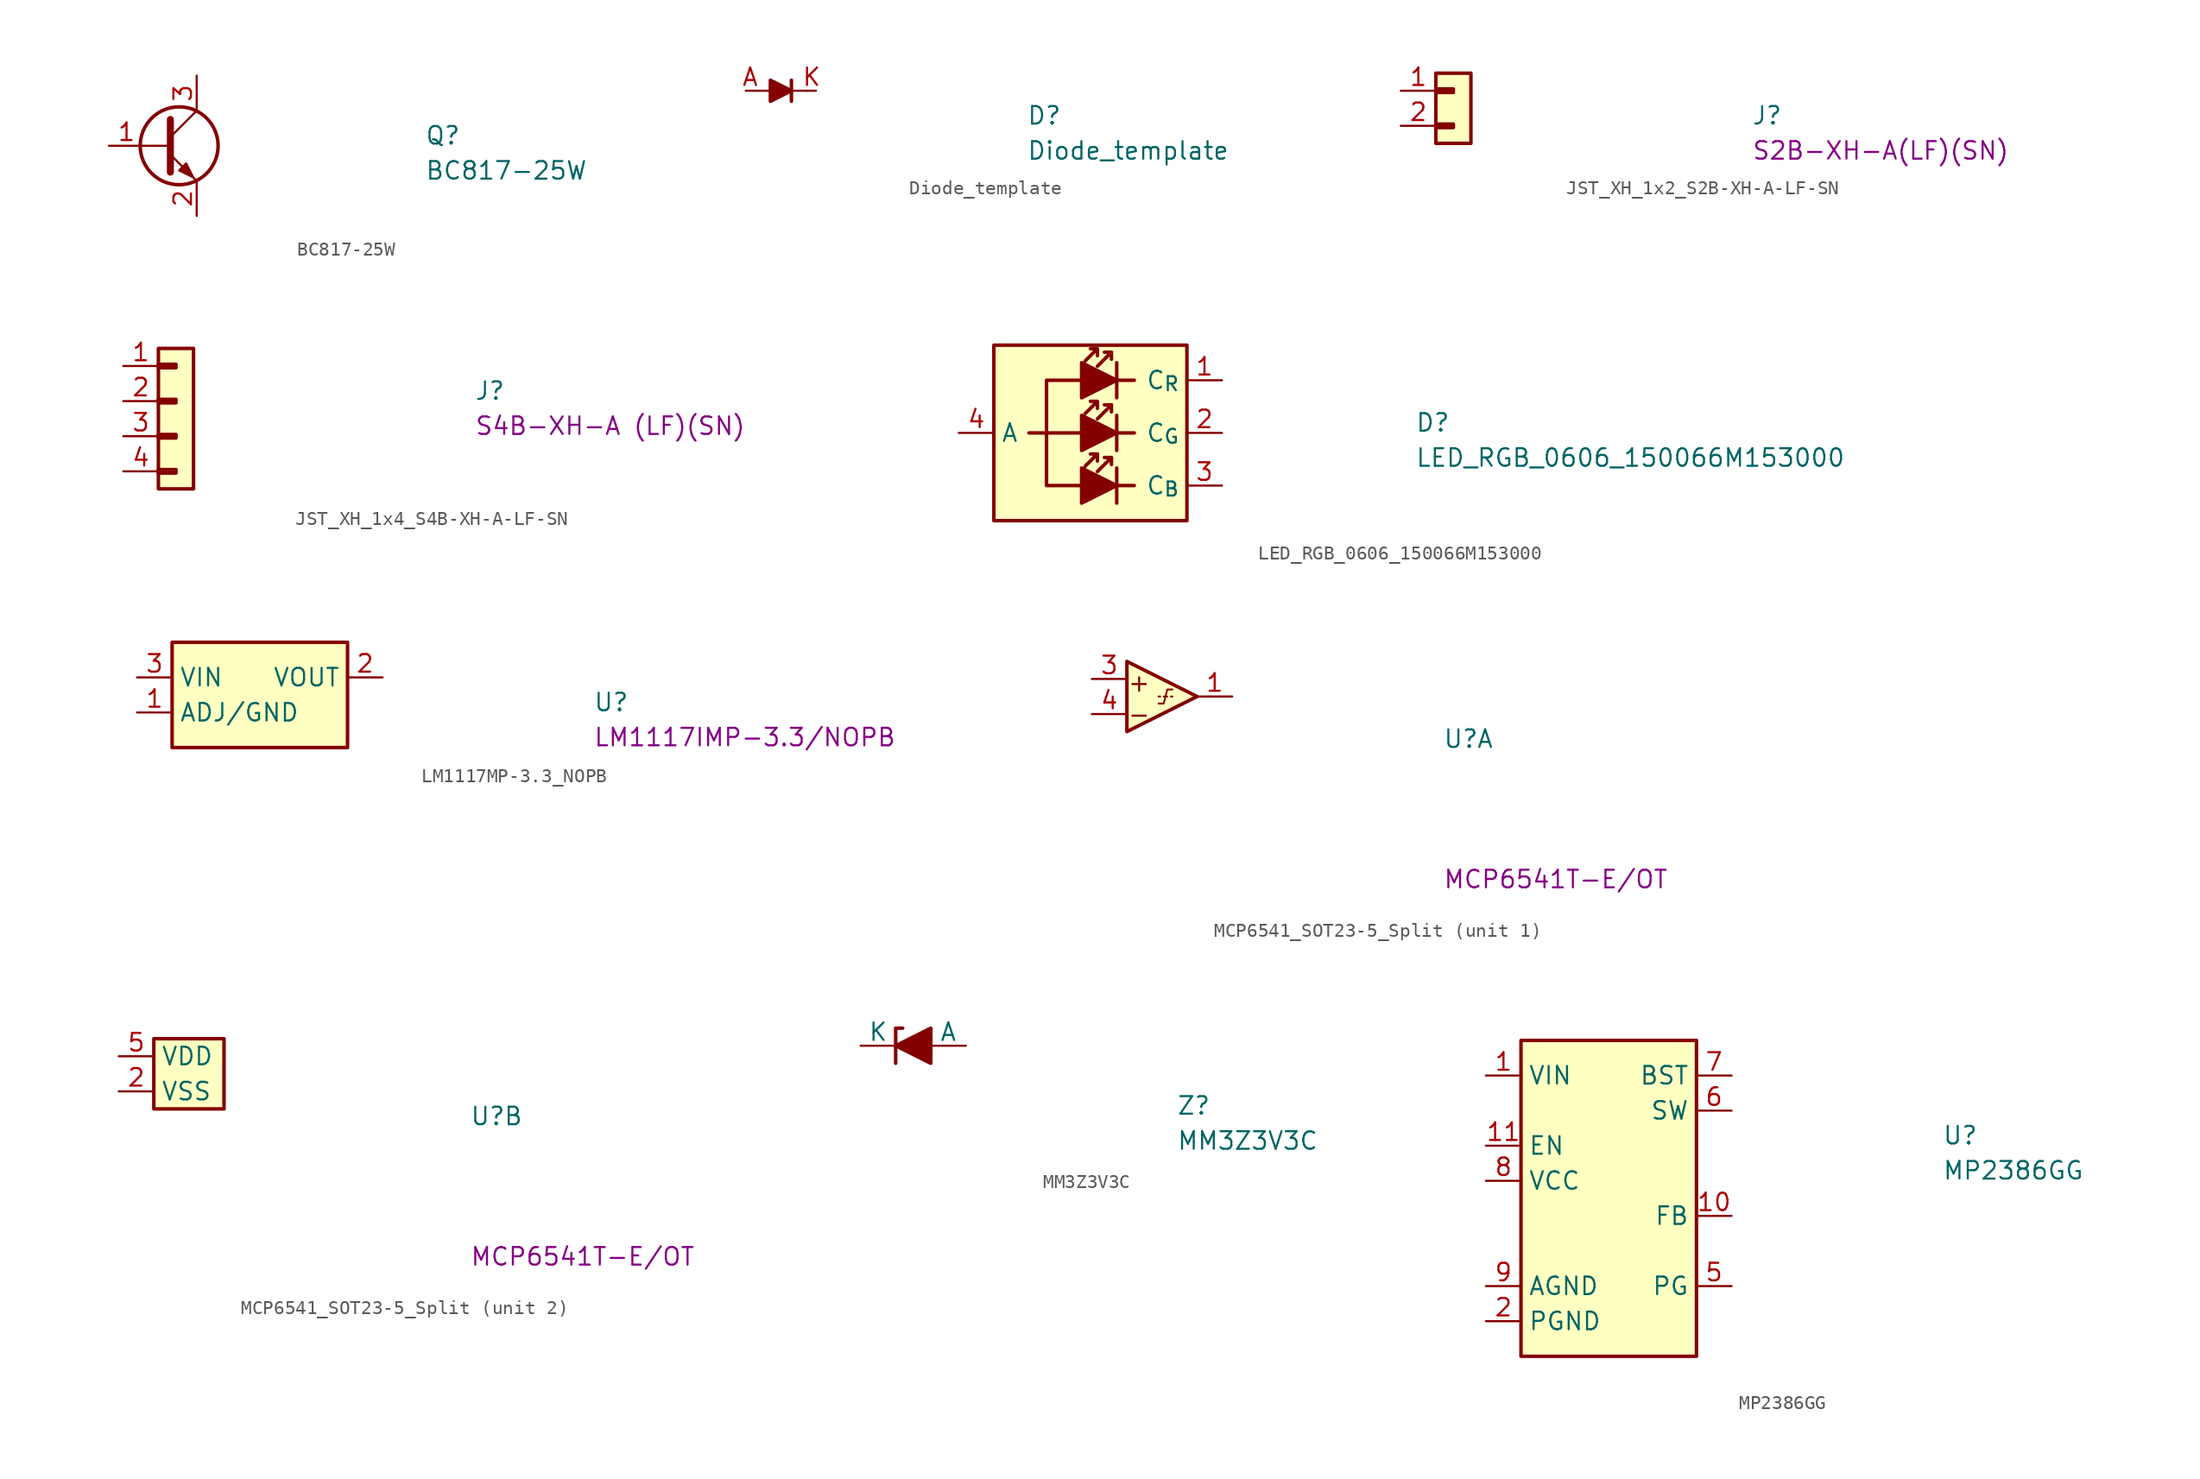
<source format=kicad_sym>
(kicad_symbol_lib
  (version 20211014)
  (generator kicad_symbol_editor)
  (symbol "BC817-25W"
    (pin_names
      (offset 0) hide)
    (property "Reference" "Q"
      (at 22.86 0 0)
      (effects (font (size 1.27 1.27) (thickness 0.15)) (justify left bottom)))
    (property "Value" "BC817-25W"
      (at 22.86 -2.54 0)
      (effects (font (size 1.27 1.27) (thickness 0.15)) (justify left bottom)))
    (symbol "BC817-25W_0_1"
      (polyline (pts (xy 2.54 0) (xy 4.445 0)) (stroke (width 0) (type default) (color 0 0 0 0)) (fill (type none)))
      (polyline (pts (xy 4.445 0.635) (xy 6.35 2.54)) (stroke (width 0) (type default) (color 0 0 0 0)) (fill (type none)))
      (polyline (pts (xy 4.445 -0.635) (xy 6.35 -2.54) (xy 6.35 -2.54)) (stroke (width 0) (type default) (color 0 0 0 0)) (fill (type none)))
      (polyline (pts (xy 4.445 1.905) (xy 4.445 -1.905) (xy 4.445 -1.905)) (stroke (width 0.508) (type default) (color 0 0 0 0)) (fill (type none)))
      (polyline (pts (xy 5.08 -1.778) (xy 5.588 -1.27) (xy 6.096 -2.286) (xy 5.08 -1.778) (xy 5.08 -1.778)) (stroke (width 0) (type default) (color 0 0 0 0)) (fill (type outline)))
      (circle (center 5.08 0) (radius 2.819) (stroke (width 0.254) (type default) (color 0 0 0 0)) (fill (type none))))
    (symbol "BC817-25W_1_1"
      (pin input line (at 0 0 0) (length 2.54) (name "B" (effects (font (size 1.27 1.27)))) (number "1" (effects (font (size 1.27 1.27)))))
      (pin passive line (at 6.35 -5.08 90) (length 2.54) (name "E" (effects (font (size 1.27 1.27)))) (number "2" (effects (font (size 1.27 1.27)))))
      (pin passive line (at 6.35 5.08 270) (length 2.54) (name "C" (effects (font (size 1.27 1.27)))) (number "3" (effects (font (size 1.27 1.27)))))))
  (symbol "Diode_template"
    (property "Reference" "D"
      (at 20.32 -2.54 0)
      (effects (font (size 1.27 1.27) (thickness 0.15)) (justify left bottom)))
    (property "Value" "Diode_template"
      (at 20.32 -5.08 0)
      (effects (font (size 1.27 1.27) (thickness 0.15)) (justify left bottom)))
    (symbol "Diode_template_0_1"
      (polyline (pts (xy 0.635 0) (xy 1.905 0)) (stroke (width 0) (type default) (color 0 0 0 0)) (fill (type none)))
      (polyline (pts (xy 3.175 0) (xy 4.445 0)) (stroke (width 0) (type default) (color 0 0 0 0)) (fill (type none))))
    (symbol "Diode_template_1_1"
      (polyline (pts (xy 3.302 0.762) (xy 3.302 -0.762)) (stroke (width 0.254) (type default) (color 0 0 0 0)) (fill (type none)))
      (polyline (pts (xy 1.778 0.762) (xy 1.778 -0.762) (xy 3.302 0) (xy 1.778 0.762)) (stroke (width 0.254) (type default) (color 0 0 0 0)) (fill (type outline)))
      (pin passive line (at 0 0 0) (length 0.635) (name "~" (effects (font (size 1.27 1.27)))) (number "A" (effects (font (size 1.27 1.27)))))
      (pin passive line (at 5.08 0 180) (length 0.635) (name "~" (effects (font (size 1.27 1.27)))) (number "K" (effects (font (size 1.27 1.27)))))))
  (symbol "JST_XH_1x2_S2B-XH-A-LF-SN"
    (property "Reference" "J"
      (at 25.4 -2.54 0)
      (effects (font (size 1.27 1.27) (thickness 0.15)) (justify left bottom)))
    (property "MPN" "S2B-XH-A(LF)(SN)"
      (at 25.4 -5.08 0)
      (effects (font (size 1.27 1.27) (thickness 0.15)) (justify left bottom)))
    (symbol "JST_XH_1x2_S2B-XH-A-LF-SN_1_1"
      (rectangle (start 2.54 -2.413) (end 3.81 -2.667) (stroke (width 0.254) (type default) (color 0 0 0 0)) (fill (type background)))
      (rectangle (start 2.54 0.127) (end 3.81 -0.127) (stroke (width 0.254) (type default) (color 0 0 0 0)) (fill (type background)))
      (rectangle (start 2.54 1.27) (end 5.08 -3.81) (stroke (width 0.254) (type default) (color 0 0 0 0)) (fill (type background)))
      (pin input line (at 0 0 0) (length 2.54) (name "~" (effects (font (size 1.27 1.27)))) (number "1" (effects (font (size 1.27 1.27)))))
      (pin input line (at 0 -2.54 0) (length 2.54) (name "~" (effects (font (size 1.27 1.27)))) (number "2" (effects (font (size 1.27 1.27)))))))
  (symbol "JST_XH_1x4_S4B-XH-A-LF-SN"
    (property "Reference" "J"
      (at 25.4 -2.54 0)
      (effects (font (size 1.27 1.27) (thickness 0.15)) (justify left bottom)))
    (property "MPN" "S4B-XH-A (LF)(SN)"
      (at 25.4 -5.08 0)
      (effects (font (size 1.27 1.27) (thickness 0.15)) (justify left bottom)))
    (symbol "JST_XH_1x4_S4B-XH-A-LF-SN_1_1"
      (rectangle (start 2.54 -7.493) (end 3.81 -7.747) (stroke (width 0.254) (type default) (color 0 0 0 0)) (fill (type background)))
      (rectangle (start 2.54 -4.953) (end 3.81 -5.207) (stroke (width 0.254) (type default) (color 0 0 0 0)) (fill (type background)))
      (rectangle (start 2.54 -2.413) (end 3.81 -2.667) (stroke (width 0.254) (type default) (color 0 0 0 0)) (fill (type background)))
      (rectangle (start 2.54 0.127) (end 3.81 -0.127) (stroke (width 0.254) (type default) (color 0 0 0 0)) (fill (type background)))
      (rectangle (start 5.08 -8.89) (end 2.54 1.27) (stroke (width 0.254) (type default) (color 0 0 0 0)) (fill (type background)))
      (pin passive line (at 0 0 0) (length 2.54) (name "~" (effects (font (size 1.27 1.27)))) (number "1" (effects (font (size 1.27 1.27)))))
      (pin passive line (at 0 -2.54 0) (length 2.54) (name "~" (effects (font (size 1.27 1.27)))) (number "2" (effects (font (size 1.27 1.27)))))
      (pin passive line (at 0 -5.08 0) (length 2.54) (name "~" (effects (font (size 1.27 1.27)))) (number "3" (effects (font (size 1.27 1.27)))))
      (pin passive line (at 0 -7.62 0) (length 2.54) (name "~" (effects (font (size 1.27 1.27)))) (number "4" (effects (font (size 1.27 1.27)))))))
  (symbol "LED_RGB_0606_150066M153000"
    (property "Reference" "D"
      (at 33.02 -3.81 0)
      (effects (font (size 1.27 1.27) (thickness 0.15)) (justify left bottom)))
    (property "Value" "LED_RGB_0606_150066M153000"
      (at 33.02 -6.35 0)
      (effects (font (size 1.27 1.27) (thickness 0.15)) (justify left bottom)))
    (symbol "LED_RGB_0606_150066M153000_1_1"
      (polyline (pts (xy 6.35 -3.81) (xy 5.08 -3.81)) (stroke (width 0.254) (type default) (color 0 0 0 0)) (fill (type none)))
      (polyline (pts (xy 11.43 -6.35) (xy 11.43 -8.89)) (stroke (width 0.254) (type default) (color 0 0 0 0)) (fill (type none)))
      (polyline (pts (xy 11.43 -2.54) (xy 11.43 -5.08)) (stroke (width 0.254) (type default) (color 0 0 0 0)) (fill (type none)))
      (polyline (pts (xy 11.43 1.27) (xy 11.43 -1.27)) (stroke (width 0.254) (type default) (color 0 0 0 0)) (fill (type none)))
      (polyline (pts (xy 12.7 -7.62) (xy 11.43 -7.62)) (stroke (width 0.254) (type default) (color 0 0 0 0)) (fill (type none)))
      (polyline (pts (xy 12.7 -3.81) (xy 11.43 -3.81)) (stroke (width 0.254) (type default) (color 0 0 0 0)) (fill (type none)))
      (polyline (pts (xy 12.7 0) (xy 11.43 0)) (stroke (width 0.254) (type default) (color 0 0 0 0)) (fill (type none)))
      (polyline (pts (xy 6.35 -3.81) (xy 6.35 -7.62) (xy 8.89 -7.62)) (stroke (width 0.254) (type default) (color 0 0 0 0)) (fill (type none)))
      (polyline (pts (xy 8.89 -6.35) (xy 8.89 -8.89) (xy 11.43 -7.62) (xy 8.89 -6.35)) (stroke (width 0.254) (type default) (color 0 0 0 0)) (fill (type outline)))
      (polyline (pts (xy 8.89 -3.81) (xy 6.35 -3.81) (xy 6.35 0) (xy 8.89 0)) (stroke (width 0.254) (type default) (color 0 0 0 0)) (fill (type none)))
      (polyline (pts (xy 8.89 -2.54) (xy 8.89 -5.08) (xy 11.43 -3.81) (xy 8.89 -2.54)) (stroke (width 0.254) (type default) (color 0 0 0 0)) (fill (type outline)))
      (polyline (pts (xy 8.89 1.27) (xy 8.89 -1.27) (xy 11.43 0) (xy 8.89 1.27)) (stroke (width 0.254) (type default) (color 0 0 0 0)) (fill (type outline)))
      (polyline (pts (xy 10.033 -5.334) (xy 10.033 -5.842) (xy 10.033 -5.334) (xy 9.525 -5.334) (xy 10.033 -5.334) (xy 9.144 -6.223)) (stroke (width 0.254) (type default) (color 0 0 0 0)) (fill (type none)))
      (polyline (pts (xy 10.033 -1.524) (xy 10.033 -2.032) (xy 10.033 -1.524) (xy 9.525 -1.524) (xy 10.033 -1.524) (xy 9.144 -2.413)) (stroke (width 0.254) (type default) (color 0 0 0 0)) (fill (type none)))
      (polyline (pts (xy 10.033 2.286) (xy 10.033 1.778) (xy 10.033 2.286) (xy 9.525 2.286) (xy 10.033 2.286) (xy 9.144 1.397)) (stroke (width 0.254) (type default) (color 0 0 0 0)) (fill (type none)))
      (polyline (pts (xy 11.049 -5.588) (xy 11.049 -6.096) (xy 11.049 -5.588) (xy 10.541 -5.588) (xy 11.049 -5.588) (xy 10.033 -6.604)) (stroke (width 0.254) (type default) (color 0 0 0 0)) (fill (type none)))
      (polyline (pts (xy 11.049 -1.778) (xy 11.049 -2.286) (xy 11.049 -1.778) (xy 10.541 -1.778) (xy 11.049 -1.778) (xy 10.033 -2.794)) (stroke (width 0.254) (type default) (color 0 0 0 0)) (fill (type none)))
      (polyline (pts (xy 11.049 2.032) (xy 11.049 1.524) (xy 11.049 2.032) (xy 10.541 2.032) (xy 11.049 2.032) (xy 10.033 1.016)) (stroke (width 0.254) (type default) (color 0 0 0 0)) (fill (type none)))
      (rectangle (start 16.51 2.54) (end 2.54 -10.16) (stroke (width 0.254) (type default) (color 0 0 0 0)) (fill (type background)))
      (pin passive line (at 19.05 0 180) (length 2.54) (name "C_{R}" (effects (font (size 1.27 1.27)))) (number "1" (effects (font (size 1.27 1.27)))))
      (pin passive line (at 19.05 -3.81 180) (length 2.54) (name "C_{G}" (effects (font (size 1.27 1.27)))) (number "2" (effects (font (size 1.27 1.27)))))
      (pin passive line (at 19.05 -7.62 180) (length 2.54) (name "C_{B}" (effects (font (size 1.27 1.27)))) (number "3" (effects (font (size 1.27 1.27)))))
      (pin passive line (at 0 -3.81 0) (length 2.54) (name "A" (effects (font (size 1.27 1.27)))) (number "4" (effects (font (size 1.27 1.27)))))))
  (symbol "LM1117MP-3.3_NOPB"
    (property "Reference" "U"
      (at 33.02 -2.54 0)
      (effects (font (size 1.27 1.27) (thickness 0.15)) (justify left bottom)))
    (property "MPN" "LM1117IMP-3.3/NOPB"
      (at 33.02 -5.08 0)
      (effects (font (size 1.27 1.27) (thickness 0.15)) (justify left bottom)))
    (symbol "LM1117MP-3.3_NOPB_1_1"
      (rectangle (start 2.54 2.54) (end 15.24 -5.08) (stroke (width 0.254) (type default) (color 0 0 0 0)) (fill (type background)))
      (pin power_in line (at 0 -2.54 0) (length 2.54) (name "ADJ/GND" (effects (font (size 1.27 1.27)))) (number "1" (effects (font (size 1.27 1.27)))))
      (pin output line (at 17.78 0 180) (length 2.54) (name "VOUT" (effects (font (size 1.27 1.27)))) (number "2" (effects (font (size 1.27 1.27)))))
      (pin input line (at 0 0 0) (length 2.54) (name "VIN" (effects (font (size 1.27 1.27)))) (number "3" (effects (font (size 1.27 1.27)))))
      (pin output line (at 17.78 0 180) (length 2.54) hide (name "VOUT" (effects (font (size 1.27 1.27)))) (number "4" (effects (font (size 1.27 1.27)))))))
  (symbol "MCP6541_SOT23-5_Split"
    (property "Reference" "U"
      (at 25.4 -5.08 0)
      (effects (font (size 1.27 1.27) (thickness 0.15)) (justify left bottom)))
    (property "MPN" "MCP6541T-E/OT"
      (at 25.4 -15.24 0)
      (effects (font (size 1.27 1.27) (thickness 0.15)) (justify left bottom)))
    (property "ki_locked" ""
      (at 0 0 0)
      (effects (font (size 1.27 1.27))))
    (symbol "MCP6541_SOT23-5_Split_1_1"
      (polyline (pts (xy 4.953 -1.27) (xy 4.826 -1.27)) (stroke (width 0.127) (type default) (color 0 0 0 0)) (fill (type background)))
      (polyline (pts (xy 5.461 -1.27) (xy 5.207 -1.27)) (stroke (width 0.127) (type default) (color 0 0 0 0)) (fill (type background)))
      (polyline (pts (xy 5.842 -1.27) (xy 5.715 -1.27)) (stroke (width 0.127) (type default) (color 0 0 0 0)) (fill (type background)))
      (polyline (pts (xy 2.54 1.27) (xy 7.62 -1.27) (xy 2.54 -3.81) (xy 2.54 1.27)) (stroke (width 0.254) (type default) (color 0 0 0 0)) (fill (type background)))
      (polyline (pts (xy 4.826 -1.778) (xy 5.207 -1.778) (xy 5.461 -0.762) (xy 5.842 -0.762)) (stroke (width 0.127) (type default) (color 0 0 0 0)) (fill (type background)))
      (text "+" (at 2.54 -1.016 0) (effects (font (size 1.27 1.27) (thickness 0.15)) (justify left bottom)))
      (text "-" (at 2.54 -3.302 0) (effects (font (size 1.27 1.27) (thickness 0.15)) (justify left bottom)))
      (pin output line (at 10.16 -1.27 180) (length 2.54) (name "" (effects (font (size 1.27 1.27)))) (number "1" (effects (font (size 1.27 1.27)))))
      (pin input line (at 0 0 0) (length 2.54) (name "" (effects (font (size 1.27 1.27)))) (number "3" (effects (font (size 1.27 1.27)))))
      (pin input line (at 0 -2.54 0) (length 2.54) (name "" (effects (font (size 1.27 1.27)))) (number "4" (effects (font (size 1.27 1.27))))))
    (symbol "MCP6541_SOT23-5_Split_2_1"
      (rectangle (start 2.54 1.27) (end 7.62 -3.81) (stroke (width 0.254) (type default) (color 0 0 0 0)) (fill (type background)))
      (pin power_in line (at 0 -2.54 0) (length 2.54) (name "VSS" (effects (font (size 1.27 1.27)))) (number "2" (effects (font (size 1.27 1.27)))))
      (pin power_in line (at 0 0 0) (length 2.54) (name "VDD" (effects (font (size 1.27 1.27)))) (number "5" (effects (font (size 1.27 1.27)))))))
  (symbol "MM3Z3V3C"
    (pin_numbers hide)
    (pin_names
      (offset 0))
    (property "Reference" "Z"
      (at 22.86 -5.08 0)
      (effects (font (size 1.27 1.27) (thickness 0.15)) (justify left bottom)))
    (property "Value" "MM3Z3V3C"
      (at 22.86 -7.62 0)
      (effects (font (size 1.27 1.27) (thickness 0.15)) (justify left bottom)))
    (symbol "MM3Z3V3C_1_1"
      (polyline (pts (xy 5.08 0) (xy 2.54 0)) (stroke (width 0) (type default) (color 0 0 0 0)) (fill (type none)))
      (polyline (pts (xy 2.54 -1.27) (xy 2.54 1.27) (xy 3.048 1.27)) (stroke (width 0.254) (type default) (color 0 0 0 0)) (fill (type none)))
      (polyline (pts (xy 5.08 -1.27) (xy 5.08 1.27) (xy 2.54 0) (xy 5.08 -1.27)) (stroke (width 0.254) (type default) (color 0 0 0 0)) (fill (type outline)))
      (pin passive line (at 7.62 0 180) (length 2.54) (name "A" (effects (font (size 1.27 1.27)))) (number "A" (effects (font (size 1.27 1.27)))))
      (pin passive line (at 0 0 0) (length 2.54) (name "K" (effects (font (size 1.27 1.27)))) (number "K" (effects (font (size 1.27 1.27)))))))
  (symbol "MP2386GG"
    (property "Reference" "U"
      (at 33.02 -5.08 0)
      (effects (font (size 1.27 1.27) (thickness 0.15)) (justify left bottom)))
    (property "Value" "MP2386GG"
      (at 33.02 -7.62 0)
      (effects (font (size 1.27 1.27) (thickness 0.15)) (justify left bottom)))
    (symbol "MP2386GG_1_1"
      (rectangle (start 2.54 2.54) (end 15.24 -20.32) (stroke (width 0.254) (type default) (color 0 0 0 0)) (fill (type background)))
      (pin power_in line (at 0 0 0) (length 2.54) (name "VIN" (effects (font (size 1.27 1.27)))) (number "1" (effects (font (size 1.27 1.27)))))
      (pin input line (at 17.78 -10.16 180) (length 2.54) (name "FB" (effects (font (size 1.27 1.27)))) (number "10" (effects (font (size 1.27 1.27)))))
      (pin input line (at 0 -5.08 0) (length 2.54) (name "EN" (effects (font (size 1.27 1.27)))) (number "11" (effects (font (size 1.27 1.27)))))
      (pin power_in line (at 0 -17.78 0) (length 2.54) (name "PGND" (effects (font (size 1.27 1.27)))) (number "2" (effects (font (size 1.27 1.27)))))
      (pin passive line (at 0 -17.78 0) (length 2.54) hide (name "PGND" (effects (font (size 1.27 1.27)))) (number "3" (effects (font (size 1.27 1.27)))))
      (pin passive line (at 0 -17.78 0) (length 2.54) hide (name "PGND" (effects (font (size 1.27 1.27)))) (number "4" (effects (font (size 1.27 1.27)))))
      (pin open_collector line (at 17.78 -15.24 180) (length 2.54) (name "PG" (effects (font (size 1.27 1.27)))) (number "5" (effects (font (size 1.27 1.27)))))
      (pin power_out line (at 17.78 -2.54 180) (length 2.54) (name "SW" (effects (font (size 1.27 1.27)))) (number "6" (effects (font (size 1.27 1.27)))))
      (pin input line (at 17.78 0 180) (length 2.54) (name "BST" (effects (font (size 1.27 1.27)))) (number "7" (effects (font (size 1.27 1.27)))))
      (pin power_out line (at 0 -7.62 0) (length 2.54) (name "VCC" (effects (font (size 1.27 1.27)))) (number "8" (effects (font (size 1.27 1.27)))))
      (pin power_in line (at 0 -15.24 0) (length 2.54) (name "AGND" (effects (font (size 1.27 1.27)))) (number "9" (effects (font (size 1.27 1.27))))))))
</source>
